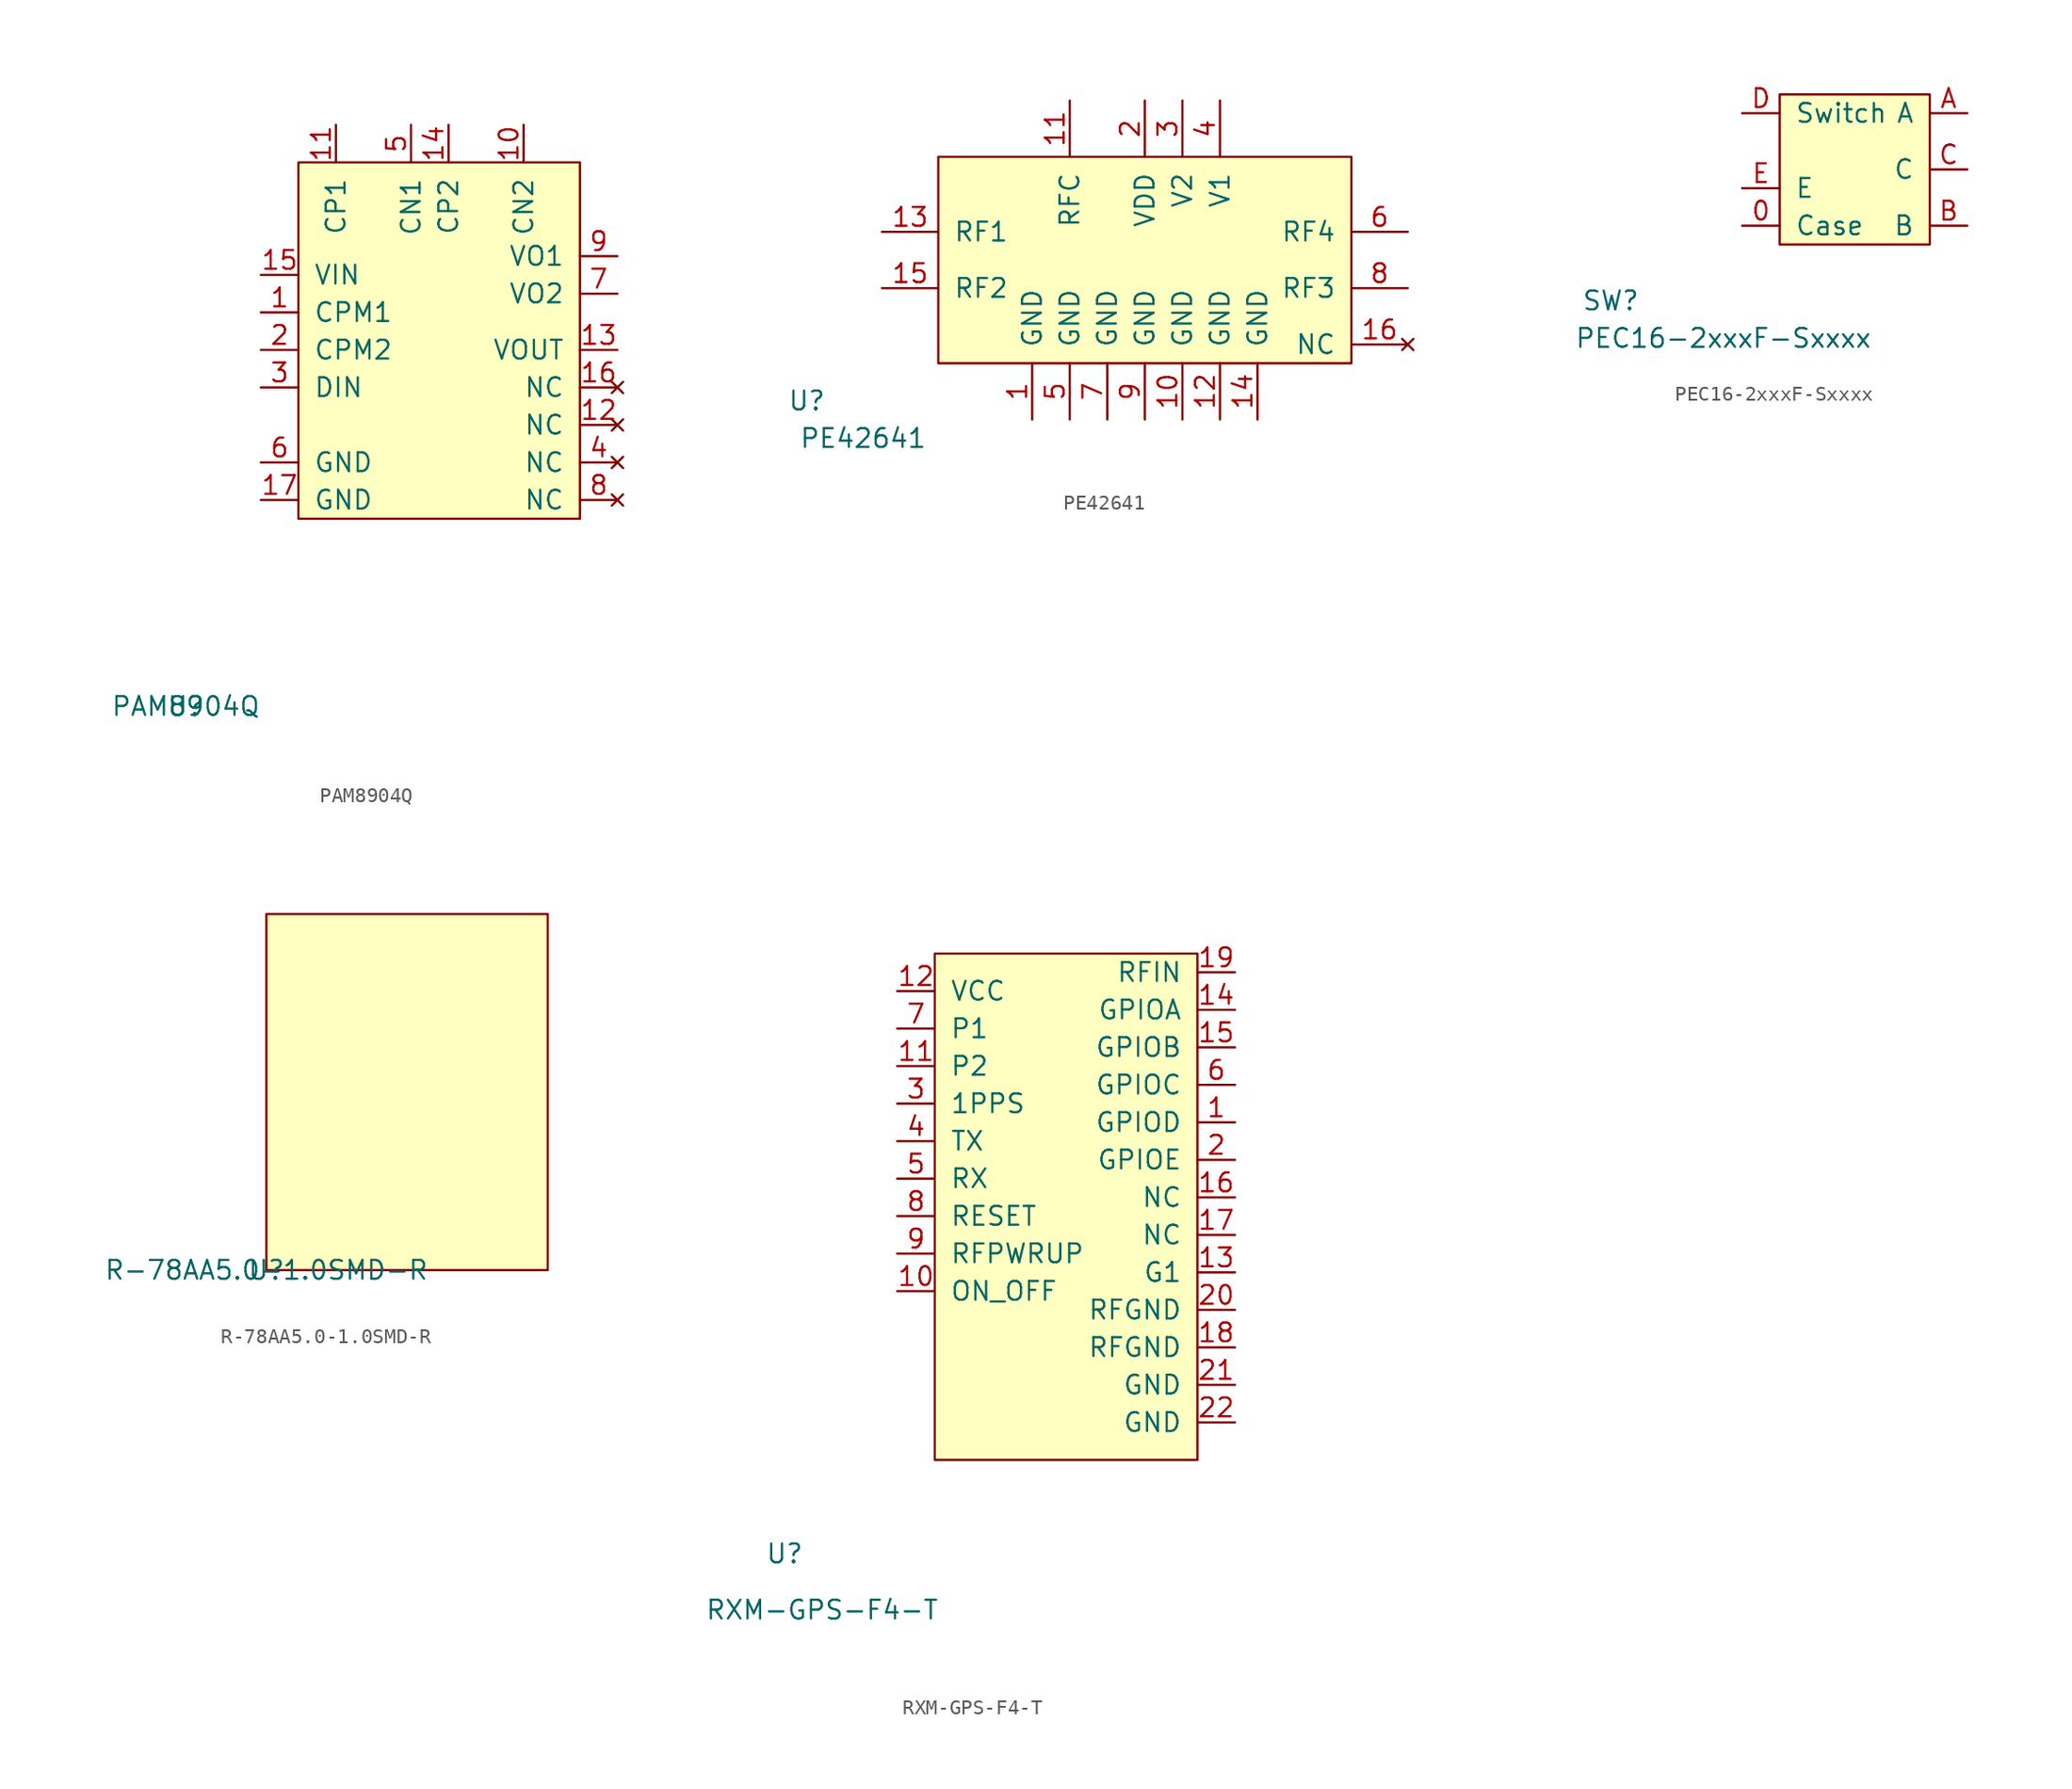
<source format=kicad_sym>
(kicad_symbol_lib
  (version 20211014)
  (generator kicad_symbol_editor)
  (symbol "PAM8904Q"
    (pin_names
      (offset 1.016))
    (property "Reference" "U"
      (at -7.62 -12.7 0)
      (effects (font (size 1.27 1.27))))
    (property "Value" "PAM8904Q"
      (at -7.62 -12.7 0)
      (effects (font (size 1.27 1.27))))
    (symbol "PAM8904Q_0_1"
      (rectangle (start 0 0) (end 19.05 24.13) (stroke (width 0) (type default) (color 0 0 0 0)) (fill (type background))))
    (symbol "PAM8904Q_1_1"
      (pin input line (at -2.54 13.97 0) (length 2.54) (name "CPM1" (effects (font (size 1.27 1.27)))) (number "1" (effects (font (size 1.27 1.27)))))
      (pin input line (at 15.24 26.67 270) (length 2.54) (name "CN2" (effects (font (size 1.27 1.27)))) (number "10" (effects (font (size 1.27 1.27)))))
      (pin input line (at 2.54 26.67 270) (length 2.54) (name "CP1" (effects (font (size 1.27 1.27)))) (number "11" (effects (font (size 1.27 1.27)))))
      (pin no_connect line (at 21.59 6.35 180) (length 2.54) (name "NC" (effects (font (size 1.27 1.27)))) (number "12" (effects (font (size 1.27 1.27)))))
      (pin input line (at 21.59 11.43 180) (length 2.54) (name "VOUT" (effects (font (size 1.27 1.27)))) (number "13" (effects (font (size 1.27 1.27)))))
      (pin input line (at 10.16 26.67 270) (length 2.54) (name "CP2" (effects (font (size 1.27 1.27)))) (number "14" (effects (font (size 1.27 1.27)))))
      (pin input line (at -2.54 16.51 0) (length 2.54) (name "VIN" (effects (font (size 1.27 1.27)))) (number "15" (effects (font (size 1.27 1.27)))))
      (pin no_connect line (at 21.59 8.89 180) (length 2.54) (name "NC" (effects (font (size 1.27 1.27)))) (number "16" (effects (font (size 1.27 1.27)))))
      (pin input line (at -2.54 1.27 0) (length 2.54) (name "GND" (effects (font (size 1.27 1.27)))) (number "17" (effects (font (size 1.27 1.27)))))
      (pin input line (at -2.54 11.43 0) (length 2.54) (name "CPM2" (effects (font (size 1.27 1.27)))) (number "2" (effects (font (size 1.27 1.27)))))
      (pin input line (at -2.54 8.89 0) (length 2.54) (name "DIN" (effects (font (size 1.27 1.27)))) (number "3" (effects (font (size 1.27 1.27)))))
      (pin no_connect line (at 21.59 3.81 180) (length 2.54) (name "NC" (effects (font (size 1.27 1.27)))) (number "4" (effects (font (size 1.27 1.27)))))
      (pin input line (at 7.62 26.67 270) (length 2.54) (name "CN1" (effects (font (size 1.27 1.27)))) (number "5" (effects (font (size 1.27 1.27)))))
      (pin input line (at -2.54 3.81 0) (length 2.54) (name "GND" (effects (font (size 1.27 1.27)))) (number "6" (effects (font (size 1.27 1.27)))))
      (pin input line (at 21.59 15.24 180) (length 2.54) (name "VO2" (effects (font (size 1.27 1.27)))) (number "7" (effects (font (size 1.27 1.27)))))
      (pin no_connect line (at 21.59 1.27 180) (length 2.54) (name "NC" (effects (font (size 1.27 1.27)))) (number "8" (effects (font (size 1.27 1.27)))))
      (pin input line (at 21.59 17.78 180) (length 2.54) (name "VO1" (effects (font (size 1.27 1.27)))) (number "9" (effects (font (size 1.27 1.27)))))))
  (symbol "PE42641"
    (pin_names
      (offset 1.016))
    (property "Reference" "U"
      (at -8.89 -2.54 0)
      (effects (font (size 1.27 1.27))))
    (property "Value" "PE42641"
      (at -5.08 -5.08 0)
      (effects (font (size 1.27 1.27))))
    (symbol "PE42641_0_1"
      (rectangle (start 0 0) (end 27.94 13.97) (stroke (width 0) (type default) (color 0 0 0 0)) (fill (type background))))
    (symbol "PE42641_1_1"
      (pin power_in line (at 6.35 -3.81 90) (length 3.81) (name "GND" (effects (font (size 1.27 1.27)))) (number "1" (effects (font (size 1.27 1.27)))))
      (pin power_in line (at 16.51 -3.81 90) (length 3.81) (name "GND" (effects (font (size 1.27 1.27)))) (number "10" (effects (font (size 1.27 1.27)))))
      (pin passive line (at 8.89 17.78 270) (length 3.81) (name "RFC" (effects (font (size 1.27 1.27)))) (number "11" (effects (font (size 1.27 1.27)))))
      (pin power_in line (at 19.05 -3.81 90) (length 3.81) (name "GND" (effects (font (size 1.27 1.27)))) (number "12" (effects (font (size 1.27 1.27)))))
      (pin passive line (at -3.81 8.89 0) (length 3.81) (name "RF1" (effects (font (size 1.27 1.27)))) (number "13" (effects (font (size 1.27 1.27)))))
      (pin power_in line (at 21.59 -3.81 90) (length 3.81) (name "GND" (effects (font (size 1.27 1.27)))) (number "14" (effects (font (size 1.27 1.27)))))
      (pin passive line (at -3.81 5.08 0) (length 3.81) (name "RF2" (effects (font (size 1.27 1.27)))) (number "15" (effects (font (size 1.27 1.27)))))
      (pin no_connect line (at 31.75 1.27 180) (length 3.81) (name "NC" (effects (font (size 1.27 1.27)))) (number "16" (effects (font (size 1.27 1.27)))))
      (pin passive line (at 13.97 17.78 270) (length 3.81) (name "VDD" (effects (font (size 1.27 1.27)))) (number "2" (effects (font (size 1.27 1.27)))))
      (pin passive line (at 16.51 17.78 270) (length 3.81) (name "V2" (effects (font (size 1.27 1.27)))) (number "3" (effects (font (size 1.27 1.27)))))
      (pin passive line (at 19.05 17.78 270) (length 3.81) (name "V1" (effects (font (size 1.27 1.27)))) (number "4" (effects (font (size 1.27 1.27)))))
      (pin power_in line (at 8.89 -3.81 90) (length 3.81) (name "GND" (effects (font (size 1.27 1.27)))) (number "5" (effects (font (size 1.27 1.27)))))
      (pin passive line (at 31.75 8.89 180) (length 3.81) (name "RF4" (effects (font (size 1.27 1.27)))) (number "6" (effects (font (size 1.27 1.27)))))
      (pin power_in line (at 11.43 -3.81 90) (length 3.81) (name "GND" (effects (font (size 1.27 1.27)))) (number "7" (effects (font (size 1.27 1.27)))))
      (pin passive line (at 31.75 5.08 180) (length 3.81) (name "RF3" (effects (font (size 1.27 1.27)))) (number "8" (effects (font (size 1.27 1.27)))))
      (pin power_in line (at 13.97 -3.81 90) (length 3.81) (name "GND" (effects (font (size 1.27 1.27)))) (number "9" (effects (font (size 1.27 1.27)))))))
  (symbol "PEC16-2xxxF-Sxxxx"
    (pin_names
      (offset 1.016))
    (property "Reference" "SW"
      (at -11.43 -3.81 0)
      (effects (font (size 1.27 1.27))))
    (property "Value" "PEC16-2xxxF-Sxxxx"
      (at -3.81 -6.35 0)
      (effects (font (size 1.27 1.27))))
    (symbol "PEC16-2xxxF-Sxxxx_0_1"
      (rectangle (start 0 0) (end 10.16 10.16) (stroke (width 0) (type default) (color 0 0 0 0)) (fill (type background))))
    (symbol "PEC16-2xxxF-Sxxxx_1_1"
      (pin input line (at -2.54 1.27 0) (length 2.54) (name "Case" (effects (font (size 1.27 1.27)))) (number "0" (effects (font (size 1.27 1.27)))))
      (pin input line (at 12.7 8.89 180) (length 2.54) (name "A" (effects (font (size 1.27 1.27)))) (number "A" (effects (font (size 1.27 1.27)))))
      (pin input line (at 12.7 1.27 180) (length 2.54) (name "B" (effects (font (size 1.27 1.27)))) (number "B" (effects (font (size 1.27 1.27)))))
      (pin input line (at 12.7 5.08 180) (length 2.54) (name "C" (effects (font (size 1.27 1.27)))) (number "C" (effects (font (size 1.27 1.27)))))
      (pin input line (at -2.54 8.89 0) (length 2.54) (name "Switch" (effects (font (size 1.27 1.27)))) (number "D" (effects (font (size 1.27 1.27)))))
      (pin input line (at -2.54 3.81 0) (length 2.54) (name "E" (effects (font (size 1.27 1.27)))) (number "E" (effects (font (size 1.27 1.27)))))))
  (symbol "R-78AA5.0-1.0SMD-R"
    (pin_names
      (offset 1.016))
    (property "Reference" "U"
      (at 0 0 0)
      (effects (font (size 1.27 1.27))))
    (property "Value" "R-78AA5.0-1.0SMD-R"
      (at 0 0 0)
      (effects (font (size 1.27 1.27))))
    (symbol "R-78AA5.0-1.0SMD-R_0_1"
      (rectangle (start 0 0) (end 19.05 24.13) (stroke (width 0) (type default) (color 0 0 0 0)) (fill (type background)))))
  (symbol "RXM-GPS-F4-T"
    (pin_names
      (offset 1.016))
    (property "Reference" "U"
      (at -10.16 -6.35 0)
      (effects (font (size 1.27 1.27))))
    (property "Value" "RXM-GPS-F4-T"
      (at -7.62 -10.16 0)
      (effects (font (size 1.27 1.27))))
    (symbol "RXM-GPS-F4-T_0_1"
      (rectangle (start 0 0) (end 17.78 34.29) (stroke (width 0) (type default) (color 0 0 0 0)) (fill (type background))))
    (symbol "RXM-GPS-F4-T_1_1"
      (pin input line (at 20.32 22.86 180) (length 2.54) (name "GPIOD" (effects (font (size 1.27 1.27)))) (number "1" (effects (font (size 1.27 1.27)))))
      (pin input line (at -2.54 11.43 0) (length 2.54) (name "ON_OFF" (effects (font (size 1.27 1.27)))) (number "10" (effects (font (size 1.27 1.27)))))
      (pin input line (at -2.54 26.67 0) (length 2.54) (name "P2" (effects (font (size 1.27 1.27)))) (number "11" (effects (font (size 1.27 1.27)))))
      (pin input line (at -2.54 31.75 0) (length 2.54) (name "VCC" (effects (font (size 1.27 1.27)))) (number "12" (effects (font (size 1.27 1.27)))))
      (pin input line (at 20.32 12.7 180) (length 2.54) (name "G1" (effects (font (size 1.27 1.27)))) (number "13" (effects (font (size 1.27 1.27)))))
      (pin input line (at 20.32 30.48 180) (length 2.54) (name "GPIOA" (effects (font (size 1.27 1.27)))) (number "14" (effects (font (size 1.27 1.27)))))
      (pin input line (at 20.32 27.94 180) (length 2.54) (name "GPIOB" (effects (font (size 1.27 1.27)))) (number "15" (effects (font (size 1.27 1.27)))))
      (pin input line (at 20.32 17.78 180) (length 2.54) (name "NC" (effects (font (size 1.27 1.27)))) (number "16" (effects (font (size 1.27 1.27)))))
      (pin input line (at 20.32 15.24 180) (length 2.54) (name "NC" (effects (font (size 1.27 1.27)))) (number "17" (effects (font (size 1.27 1.27)))))
      (pin input line (at 20.32 7.62 180) (length 2.54) (name "RFGND" (effects (font (size 1.27 1.27)))) (number "18" (effects (font (size 1.27 1.27)))))
      (pin input line (at 20.32 33.02 180) (length 2.54) (name "RFIN" (effects (font (size 1.27 1.27)))) (number "19" (effects (font (size 1.27 1.27)))))
      (pin input line (at 20.32 20.32 180) (length 2.54) (name "GPIOE" (effects (font (size 1.27 1.27)))) (number "2" (effects (font (size 1.27 1.27)))))
      (pin input line (at 20.32 10.16 180) (length 2.54) (name "RFGND" (effects (font (size 1.27 1.27)))) (number "20" (effects (font (size 1.27 1.27)))))
      (pin input line (at 20.32 5.08 180) (length 2.54) (name "GND" (effects (font (size 1.27 1.27)))) (number "21" (effects (font (size 1.27 1.27)))))
      (pin input line (at 20.32 2.54 180) (length 2.54) (name "GND" (effects (font (size 1.27 1.27)))) (number "22" (effects (font (size 1.27 1.27)))))
      (pin input line (at -2.54 24.13 0) (length 2.54) (name "1PPS" (effects (font (size 1.27 1.27)))) (number "3" (effects (font (size 1.27 1.27)))))
      (pin input line (at -2.54 21.59 0) (length 2.54) (name "TX" (effects (font (size 1.27 1.27)))) (number "4" (effects (font (size 1.27 1.27)))))
      (pin input line (at -2.54 19.05 0) (length 2.54) (name "RX" (effects (font (size 1.27 1.27)))) (number "5" (effects (font (size 1.27 1.27)))))
      (pin input line (at 20.32 25.4 180) (length 2.54) (name "GPIOC" (effects (font (size 1.27 1.27)))) (number "6" (effects (font (size 1.27 1.27)))))
      (pin input line (at -2.54 29.21 0) (length 2.54) (name "P1" (effects (font (size 1.27 1.27)))) (number "7" (effects (font (size 1.27 1.27)))))
      (pin input line (at -2.54 16.51 0) (length 2.54) (name "RESET" (effects (font (size 1.27 1.27)))) (number "8" (effects (font (size 1.27 1.27)))))
      (pin input line (at -2.54 13.97 0) (length 2.54) (name "RFPWRUP" (effects (font (size 1.27 1.27)))) (number "9" (effects (font (size 1.27 1.27))))))))
</source>
